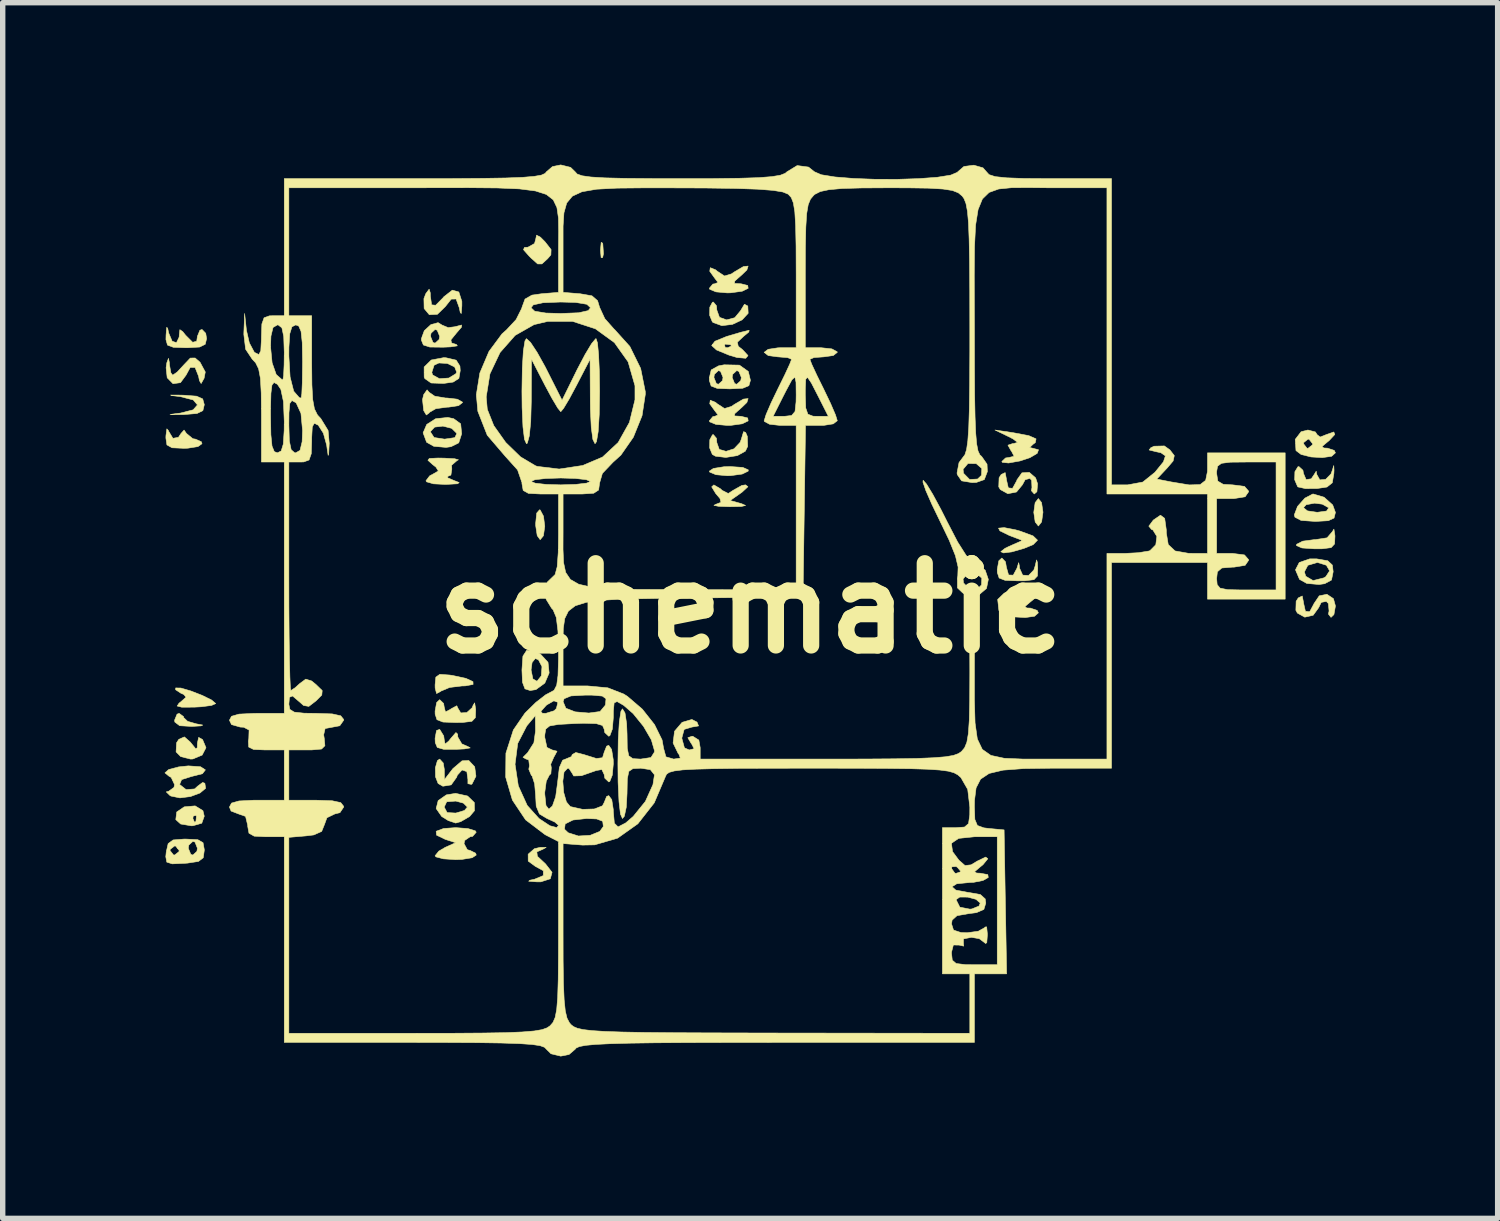
<source format=kicad_pcb>
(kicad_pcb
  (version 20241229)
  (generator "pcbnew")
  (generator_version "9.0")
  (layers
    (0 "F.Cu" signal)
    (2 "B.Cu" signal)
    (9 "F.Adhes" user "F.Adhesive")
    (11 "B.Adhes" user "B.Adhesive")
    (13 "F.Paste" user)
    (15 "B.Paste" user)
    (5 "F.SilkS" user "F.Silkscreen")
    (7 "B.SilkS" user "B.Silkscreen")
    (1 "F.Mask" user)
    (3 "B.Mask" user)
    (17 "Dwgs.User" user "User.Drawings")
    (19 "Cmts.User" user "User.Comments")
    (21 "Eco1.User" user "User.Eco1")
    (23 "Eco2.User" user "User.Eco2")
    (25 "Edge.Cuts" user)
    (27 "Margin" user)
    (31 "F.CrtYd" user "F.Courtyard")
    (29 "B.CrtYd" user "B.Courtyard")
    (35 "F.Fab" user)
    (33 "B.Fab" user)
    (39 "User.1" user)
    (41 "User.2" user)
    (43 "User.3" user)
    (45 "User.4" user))
  (footprint "schematic"
    (layer "F.Cu")
    (at 10.852 8.218)
    (property "Reference" "schematic" (at 0 0 0) (layer "F.SilkS") (effects (font (size 1.524 1.524) (thickness 0.3))))
    (attr through_hole)
    (fp_poly (pts (xy -2.74 -6.765) (xy -2.735 -6.751) (xy -2.723 -6.566) (xy -2.738 -6.497) (xy -2.766 -6.494) (xy -2.778 -6.626) (xy -2.777 -6.646) (xy -2.765 -6.778) (xy -2.74 -6.765)) (stroke (width 0.01) (type solid)) (fill yes) (layer "F.SilkS"))
    (fp_poly (pts (xy -3.895 -1.82) (xy -3.834 -1.706) (xy -3.81 -1.519) (xy -3.835 -1.343) (xy -3.895 -1.27) (xy -3.95 -1.345) (xy -3.978 -1.528) (xy -3.979 -1.571) (xy -3.959 -1.764) (xy -3.906 -1.825) (xy -3.895 -1.82)) (stroke (width 0.01) (type solid)) (fill yes) (layer "F.SilkS"))
    (fp_poly (pts (xy -10.501 2.008) (xy -10.499 2.026) (xy -10.426 2.095) (xy -10.266 2.141) (xy -10.146 2.164) (xy -10.18 2.179) (xy -10.351 2.189) (xy -10.574 2.176) (xy -10.663 2.108) (xy -10.668 2.074) (xy -10.622 1.962) (xy -10.583 1.947) (xy -10.501 2.008)) (stroke (width 0.01) (type solid)) (fill yes) (layer "F.SilkS"))
    (fp_poly (pts (xy -0.141 -2.609) (xy -0.04 -2.564) (xy -0.042 -2.54) (xy -0.153 -2.486) (xy -0.364 -2.457) (xy -0.428 -2.455) (xy -0.639 -2.474) (xy -0.754 -2.522) (xy -0.762 -2.54) (xy -0.686 -2.59) (xy -0.494 -2.621) (xy -0.376 -2.625) (xy -0.141 -2.609)) (stroke (width 0.01) (type solid)) (fill yes) (layer "F.SilkS"))
    (fp_poly (pts (xy 5.393 -1.958) (xy 5.419 -1.781) (xy 5.419 -1.778) (xy 5.394 -1.6) (xy 5.335 -1.524) (xy 5.334 -1.524) (xy 5.275 -1.598) (xy 5.249 -1.775) (xy 5.249 -1.778) (xy 5.274 -1.956) (xy 5.333 -2.032) (xy 5.334 -2.032) (xy 5.393 -1.958)) (stroke (width 0.01) (type solid)) (fill yes) (layer "F.SilkS"))
    (fp_poly (pts (xy -5.573 1.237) (xy -5.524 1.244) (xy -5.273 1.298) (xy -5.14 1.359) (xy -5.138 1.411) (xy -5.282 1.438) (xy -5.342 1.439) (xy -5.572 1.467) (xy -5.732 1.534) (xy -5.74 1.541) (xy -5.814 1.58) (xy -5.841 1.479) (xy -5.842 1.419) (xy -5.828 1.276) (xy -5.755 1.224) (xy -5.573 1.237)) (stroke (width 0.01) (type solid)) (fill yes) (layer "F.SilkS"))
    (fp_poly (pts (xy -3.889 -6.873) (xy -3.805 -6.788) (xy -3.693 -6.645) (xy -3.697 -6.546) (xy -3.757 -6.476) (xy -3.863 -6.379) (xy -3.942 -6.379) (xy -4.061 -6.485) (xy -4.1 -6.524) (xy -4.204 -6.642) (xy -4.187 -6.684) (xy -4.121 -6.689) (xy -4 -6.757) (xy -3.979 -6.832) (xy -3.962 -6.912) (xy -3.889 -6.873)) (stroke (width 0.01) (type solid)) (fill yes) (layer "F.SilkS"))
    (fp_poly (pts (xy -10.374 2.482) (xy -10.366 2.493) (xy -10.275 2.605) (xy -10.247 2.582) (xy -10.245 2.497) (xy -10.222 2.392) (xy -10.149 2.433) (xy -10.086 2.583) (xy -10.157 2.72) (xy -10.33 2.792) (xy -10.372 2.794) (xy -10.554 2.748) (xy -10.64 2.661) (xy -10.631 2.492) (xy -10.589 2.428) (xy -10.486 2.383) (xy -10.374 2.482)) (stroke (width 0.01) (type solid)) (fill yes) (layer "F.SilkS"))
    (fp_poly (pts (xy 4.911 -1.453) (xy 4.987 -1.432) (xy 5.235 -1.341) (xy 5.318 -1.261) (xy 5.238 -1.179) (xy 5.067 -1.109) (xy 4.841 -1.044) (xy 4.688 -1.025) (xy 4.638 -1.048) (xy 4.716 -1.11) (xy 4.784 -1.143) (xy 5.038 -1.256) (xy 4.793 -1.35) (xy 4.621 -1.434) (xy 4.596 -1.484) (xy 4.7 -1.494) (xy 4.911 -1.453)) (stroke (width 0.01) (type solid)) (fill yes) (layer "F.SilkS"))
    (fp_poly (pts (xy 10.827 -1.352) (xy 10.828 -1.333) (xy 10.821 -1.191) (xy 10.757 -1.123) (xy 10.591 -1.102) (xy 10.451 -1.101) (xy 10.216 -1.117) (xy 10.115 -1.161) (xy 10.118 -1.185) (xy 10.231 -1.243) (xy 10.435 -1.27) (xy 10.455 -1.27) (xy 10.682 -1.305) (xy 10.779 -1.418) (xy 10.779 -1.418) (xy 10.809 -1.466) (xy 10.827 -1.352)) (stroke (width 0.01) (type solid)) (fill yes) (layer "F.SilkS"))
    (fp_poly (pts (xy -10.551 1.478) (xy -10.367 1.532) (xy -10.156 1.614) (xy -9.982 1.7) (xy -9.907 1.764) (xy -9.907 1.766) (xy -9.983 1.8) (xy -10.176 1.825) (xy -10.305 1.832) (xy -10.535 1.833) (xy -10.62 1.811) (xy -10.585 1.758) (xy -10.556 1.736) (xy -10.456 1.648) (xy -10.497 1.597) (xy -10.551 1.574) (xy -10.649 1.509) (xy -10.648 1.476) (xy -10.551 1.478)) (stroke (width 0.01) (type solid)) (fill yes) (layer "F.SilkS"))
    (fp_poly (pts (xy -5.952 -4) (xy -5.849 -3.929) (xy -5.65 -3.895) (xy -5.623 -3.895) (xy -5.43 -3.873) (xy -5.336 -3.82) (xy -5.334 -3.81) (xy -5.408 -3.753) (xy -5.59 -3.726) (xy -5.623 -3.725) (xy -5.829 -3.697) (xy -5.947 -3.629) (xy -5.952 -3.619) (xy -6.004 -3.58) (xy -6.053 -3.662) (xy -6.075 -3.866) (xy -6.053 -3.958) (xy -5.99 -4.046) (xy -5.952 -4)) (stroke (width 0.01) (type solid)) (fill yes) (layer "F.SilkS"))
    (fp_poly (pts (xy -0.629 -5.603) (xy -0.623 -5.525) (xy -0.574 -5.39) (xy -0.442 -5.342) (xy -0.291 -5.382) (xy -0.183 -5.512) (xy -0.111 -5.632) (xy -0.049 -5.599) (xy -0.042 -5.464) (xy -0.154 -5.343) (xy -0.333 -5.259) (xy -0.529 -5.235) (xy -0.691 -5.293) (xy -0.706 -5.306) (xy -0.756 -5.427) (xy -0.753 -5.577) (xy -0.704 -5.669) (xy -0.687 -5.673) (xy -0.629 -5.603)) (stroke (width 0.01) (type solid)) (fill yes) (layer "F.SilkS"))
    (fp_poly (pts (xy -10.782 -3.292) (xy -10.779 -3.281) (xy -10.699 -3.148) (xy -10.596 -3.167) (xy -10.548 -3.239) (xy -10.492 -3.301) (xy -10.449 -3.239) (xy -10.33 -3.141) (xy -10.28 -3.133) (xy -10.172 -3.085) (xy -10.16 -3.048) (xy -10.235 -2.995) (xy -10.423 -2.965) (xy -10.499 -2.963) (xy -10.715 -2.973) (xy -10.81 -3.026) (xy -10.829 -3.154) (xy -10.828 -3.196) (xy -10.811 -3.324) (xy -10.782 -3.292)) (stroke (width 0.01) (type solid)) (fill yes) (layer "F.SilkS"))
    (fp_poly (pts (xy -10.143 3.749) (xy -10.118 3.852) (xy -10.164 3.982) (xy -10.328 4.029) (xy -10.358 4.03) (xy -10.555 3.997) (xy -10.645 3.916) (xy -10.643 3.895) (xy -10.329 3.895) (xy -10.298 3.964) (xy -10.273 3.951) (xy -10.263 3.851) (xy -10.273 3.838) (xy -10.323 3.85) (xy -10.329 3.895) (xy -10.643 3.895) (xy -10.628 3.774) (xy -10.489 3.679) (xy -10.287 3.661) (xy -10.143 3.749)) (stroke (width 0.01) (type solid)) (fill yes) (layer "F.SilkS"))
    (fp_poly (pts (xy -5.682 2.365) (xy -5.673 2.434) (xy -5.657 2.516) (xy -5.591 2.462) (xy -5.548 2.408) (xy -5.456 2.302) (xy -5.424 2.332) (xy -5.421 2.386) (xy -5.347 2.512) (xy -5.228 2.565) (xy -5.191 2.587) (xy -5.299 2.606) (xy -5.44 2.613) (xy -5.683 2.613) (xy -5.801 2.579) (xy -5.839 2.489) (xy -5.842 2.408) (xy -5.815 2.264) (xy -5.757 2.244) (xy -5.682 2.365)) (stroke (width 0.01) (type solid)) (fill yes) (layer "F.SilkS"))
    (fp_poly (pts (xy -0.089 -3.257) (xy -0.058 -3.185) (xy -0.051 -3) (xy -0.094 -2.91) (xy -0.242 -2.828) (xy -0.456 -2.794) (xy -0.648 -2.817) (xy -0.706 -2.85) (xy -0.756 -2.971) (xy -0.753 -3.121) (xy -0.704 -3.213) (xy -0.687 -3.217) (xy -0.629 -3.148) (xy -0.623 -3.069) (xy -0.578 -2.943) (xy -0.452 -2.907) (xy -0.304 -2.954) (xy -0.19 -3.075) (xy -0.169 -3.133) (xy -0.127 -3.272) (xy -0.089 -3.257)) (stroke (width 0.01) (type solid)) (fill yes) (layer "F.SilkS"))
    (fp_poly (pts (xy -10.592 -3.949) (xy -10.499 -3.947) (xy -10.26 -3.929) (xy -10.147 -3.878) (xy -10.118 -3.774) (xy -10.118 -3.768) (xy -10.144 -3.661) (xy -10.252 -3.608) (xy -10.484 -3.589) (xy -10.499 -3.588) (xy -10.707 -3.585) (xy -10.752 -3.59) (xy -10.639 -3.606) (xy -10.562 -3.615) (xy -10.324 -3.676) (xy -10.244 -3.767) (xy -10.322 -3.859) (xy -10.559 -3.92) (xy -10.562 -3.921) (xy -10.73 -3.941) (xy -10.741 -3.95) (xy -10.592 -3.949)) (stroke (width 0.01) (type solid)) (fill yes) (layer "F.SilkS"))
    (fp_poly (pts (xy -3.784 4.43) (xy -3.831 4.457) (xy -3.831 4.457) (xy -3.957 4.514) (xy -3.947 4.595) (xy -3.798 4.734) (xy -3.797 4.735) (xy -3.675 4.892) (xy -3.708 5.012) (xy -3.883 5.068) (xy -3.963 5.068) (xy -4.108 5.057) (xy -4.09 5.039) (xy -4 5.02) (xy -3.837 4.952) (xy -3.837 4.862) (xy -3.984 4.782) (xy -4.117 4.684) (xy -4.118 4.556) (xy -4.002 4.454) (xy -3.894 4.429) (xy -3.784 4.43)) (stroke (width 0.01) (type solid)) (fill yes) (layer "F.SilkS"))
    (fp_poly (pts (xy -5.931 -5.843) (xy -5.929 -5.779) (xy -5.906 -5.621) (xy -5.832 -5.613) (xy -5.693 -5.753) (xy -5.679 -5.771) (xy -5.522 -5.893) (xy -5.402 -5.859) (xy -5.346 -5.684) (xy -5.346 -5.604) (xy -5.357 -5.46) (xy -5.375 -5.477) (xy -5.394 -5.567) (xy -5.453 -5.729) (xy -5.543 -5.727) (xy -5.653 -5.588) (xy -5.8 -5.445) (xy -5.949 -5.438) (xy -6.045 -5.553) (xy -6.049 -5.736) (xy -6.014 -5.828) (xy -5.952 -5.911) (xy -5.931 -5.843)) (stroke (width 0.01) (type solid)) (fill yes) (layer "F.SilkS"))
    (fp_poly (pts (xy -0.046 -2.252) (xy -0.154 -2.152) (xy -0.169 -2.141) (xy -0.376 -1.996) (xy -0.167 -1.938) (xy -0.09 -1.904) (xy -0.171 -1.885) (xy -0.381 -1.881) (xy -0.589 -1.888) (xy -0.676 -1.906) (xy -0.65 -1.922) (xy -0.546 -1.962) (xy -0.564 -2.033) (xy -0.642 -2.124) (xy -0.718 -2.249) (xy -0.678 -2.285) (xy -0.556 -2.214) (xy -0.525 -2.184) (xy -0.41 -2.126) (xy -0.322 -2.184) (xy -0.16 -2.275) (xy -0.091 -2.286) (xy -0.046 -2.252)) (stroke (width 0.01) (type solid)) (fill yes) (layer "F.SilkS"))
    (fp_poly (pts (xy -5.691 2.866) (xy -5.671 2.985) (xy -5.669 3.175) (xy -5.512 2.971) (xy -5.342 2.826) (xy -5.218 2.82) (xy -5.108 2.937) (xy -5.085 3.111) (xy -5.157 3.254) (xy -5.17 3.263) (xy -5.234 3.25) (xy -5.234 3.171) (xy -5.254 3.026) (xy -5.343 2.996) (xy -5.431 3.094) (xy -5.442 3.129) (xy -5.544 3.272) (xy -5.698 3.297) (xy -5.786 3.246) (xy -5.834 3.123) (xy -5.837 2.955) (xy -5.799 2.823) (xy -5.757 2.794) (xy -5.691 2.866)) (stroke (width 0.01) (type solid)) (fill yes) (layer "F.SilkS"))
    (fp_poly (pts (xy -5.24 3.478) (xy -5.115 3.599) (xy -5.112 3.75) (xy -5.202 3.857) (xy -5.367 3.953) (xy -5.461 3.979) (xy -5.598 3.933) (xy -5.72 3.857) (xy -5.822 3.71) (xy -5.815 3.683) (xy -5.673 3.683) (xy -5.619 3.785) (xy -5.458 3.794) (xy -5.298 3.746) (xy -5.244 3.683) (xy -5.317 3.61) (xy -5.458 3.572) (xy -5.627 3.585) (xy -5.673 3.683) (xy -5.815 3.683) (xy -5.785 3.563) (xy -5.633 3.457) (xy -5.461 3.429) (xy -5.24 3.478)) (stroke (width 0.01) (type solid)) (fill yes) (layer "F.SilkS"))
    (fp_poly (pts (xy -3.999 0.797) (xy -3.889 0.85) (xy -3.75 1.001) (xy -3.729 1.199) (xy -3.809 1.386) (xy -3.974 1.507) (xy -4.081 1.524) (xy -4.177 1.493) (xy -4.223 1.371) (xy -4.233 1.143) (xy -4.064 1.143) (xy -4.03 1.309) (xy -3.954 1.352) (xy -3.875 1.253) (xy -3.874 1.249) (xy -3.862 1.081) (xy -3.928 0.954) (xy -3.986 0.931) (xy -4.045 1.004) (xy -4.064 1.143) (xy -4.233 1.143) (xy -4.215 0.887) (xy -4.144 0.778) (xy -3.999 0.797)) (stroke (width 0.01) (type solid)) (fill yes) (layer "F.SilkS"))
    (fp_poly (pts (xy -10.196 -4.557) (xy -10.099 -4.377) (xy -10.121 -4.261) (xy -10.176 -4.163) (xy -10.208 -4.218) (xy -10.223 -4.297) (xy -10.288 -4.46) (xy -10.378 -4.462) (xy -10.456 -4.318) (xy -10.559 -4.179) (xy -10.697 -4.16) (xy -10.804 -4.269) (xy -10.805 -4.271) (xy -10.825 -4.456) (xy -10.812 -4.546) (xy -10.781 -4.63) (xy -10.765 -4.554) (xy -10.762 -4.508) (xy -10.736 -4.36) (xy -10.703 -4.318) (xy -10.619 -4.376) (xy -10.497 -4.508) (xy -10.376 -4.635) (xy -10.287 -4.636) (xy -10.196 -4.557)) (stroke (width 0.01) (type solid)) (fill yes) (layer "F.SilkS"))
    (fp_poly (pts (xy -5.684 1.763) (xy -5.673 1.831) (xy -5.65 1.921) (xy -5.558 1.873) (xy -5.546 1.863) (xy -5.44 1.806) (xy -5.419 1.852) (xy -5.366 1.939) (xy -5.254 1.932) (xy -5.155 1.842) (xy -5.138 1.799) (xy -5.109 1.752) (xy -5.091 1.865) (xy -5.09 1.884) (xy -5.096 2.027) (xy -5.161 2.095) (xy -5.329 2.115) (xy -5.461 2.117) (xy -5.696 2.108) (xy -5.807 2.065) (xy -5.841 1.962) (xy -5.842 1.905) (xy -5.813 1.746) (xy -5.757 1.693) (xy -5.684 1.763)) (stroke (width 0.01) (type solid)) (fill yes) (layer "F.SilkS"))
    (fp_poly (pts (xy -5.498 -3.512) (xy -5.368 -3.417) (xy -5.35 -3.231) (xy -5.404 -3.064) (xy -5.547 -2.993) (xy -5.638 -2.98) (xy -5.865 -3) (xy -5.999 -3.075) (xy -6.064 -3.25) (xy -6.057 -3.265) (xy -5.927 -3.265) (xy -5.861 -3.163) (xy -5.666 -3.133) (xy -5.476 -3.161) (xy -5.439 -3.239) (xy -5.535 -3.333) (xy -5.696 -3.374) (xy -5.85 -3.356) (xy -5.926 -3.275) (xy -5.927 -3.265) (xy -6.057 -3.265) (xy -5.997 -3.405) (xy -5.832 -3.511) (xy -5.607 -3.535) (xy -5.498 -3.512)) (stroke (width 0.01) (type solid)) (fill yes) (layer "F.SilkS"))
    (fp_poly (pts (xy -0.03 -5.118) (xy -0.127 -5.037) (xy -0.242 -4.929) (xy -0.226 -4.854) (xy -0.143 -4.787) (xy -0.045 -4.681) (xy -0.087 -4.631) (xy -0.248 -4.645) (xy -0.396 -4.689) (xy -0.629 -4.785) (xy -0.718 -4.867) (xy -0.707 -4.882) (xy -0.48 -4.882) (xy -0.468 -4.832) (xy -0.423 -4.826) (xy -0.354 -4.857) (xy -0.367 -4.882) (xy -0.467 -4.893) (xy -0.48 -4.882) (xy -0.707 -4.882) (xy -0.657 -4.947) (xy -0.439 -5.036) (xy -0.169 -5.115) (xy -0.024 -5.15) (xy -0.03 -5.118)) (stroke (width 0.01) (type solid)) (fill yes) (layer "F.SilkS"))
    (fp_poly (pts (xy 10.811 -2.559) (xy 10.808 -2.498) (xy 10.779 -2.325) (xy 10.681 -2.246) (xy 10.496 -2.218) (xy 10.28 -2.217) (xy 10.144 -2.247) (xy 10.136 -2.254) (xy 10.082 -2.38) (xy 10.086 -2.53) (xy 10.142 -2.621) (xy 10.16 -2.625) (xy 10.235 -2.556) (xy 10.245 -2.498) (xy 10.293 -2.384) (xy 10.389 -2.398) (xy 10.443 -2.477) (xy 10.481 -2.539) (xy 10.492 -2.477) (xy 10.548 -2.378) (xy 10.656 -2.388) (xy 10.755 -2.489) (xy 10.781 -2.561) (xy 10.806 -2.644) (xy 10.811 -2.559)) (stroke (width 0.01) (type solid)) (fill yes) (layer "F.SilkS"))
    (fp_poly (pts (xy -10.796 -5.188) (xy -10.778 -5.101) (xy -10.713 -4.948) (xy -10.633 -4.919) (xy -10.583 -5.024) (xy -10.581 -5.059) (xy -10.57 -5.161) (xy -10.517 -5.125) (xy -10.465 -5.059) (xy -10.333 -4.927) (xy -10.258 -4.947) (xy -10.245 -5.038) (xy -10.199 -5.15) (xy -10.16 -5.165) (xy -10.091 -5.094) (xy -10.075 -4.995) (xy -10.1 -4.89) (xy -10.204 -4.839) (xy -10.429 -4.826) (xy -10.456 -4.826) (xy -10.69 -4.834) (xy -10.799 -4.875) (xy -10.828 -4.978) (xy -10.826 -5.059) (xy -10.814 -5.204) (xy -10.796 -5.188)) (stroke (width 0.01) (type solid)) (fill yes) (layer "F.SilkS"))
    (fp_poly (pts (xy -5.673 -2.781) (xy -5.479 -2.77) (xy -5.409 -2.75) (xy -5.435 -2.737) (xy -5.536 -2.649) (xy -5.532 -2.577) (xy -5.549 -2.467) (xy -5.6 -2.447) (xy -5.619 -2.421) (xy -5.503 -2.371) (xy -5.396 -2.329) (xy -5.425 -2.306) (xy -5.605 -2.296) (xy -5.652 -2.294) (xy -5.871 -2.305) (xy -5.999 -2.342) (xy -6.011 -2.362) (xy -5.943 -2.452) (xy -5.871 -2.491) (xy -5.782 -2.543) (xy -5.826 -2.614) (xy -5.893 -2.667) (xy -5.975 -2.741) (xy -5.949 -2.775) (xy -5.788 -2.783) (xy -5.673 -2.781)) (stroke (width 0.01) (type solid)) (fill yes) (layer "F.SilkS"))
    (fp_poly (pts (xy -5.234 4.081) (xy -5.097 4.123) (xy -5.08 4.149) (xy -5.147 4.226) (xy -5.193 4.233) (xy -5.293 4.301) (xy -5.306 4.36) (xy -5.245 4.473) (xy -5.193 4.487) (xy -5.09 4.538) (xy -5.08 4.572) (xy -5.156 4.622) (xy -5.347 4.653) (xy -5.461 4.657) (xy -5.688 4.642) (xy -5.825 4.606) (xy -5.842 4.585) (xy -5.774 4.5) (xy -5.652 4.428) (xy -5.461 4.343) (xy -5.652 4.282) (xy -5.815 4.203) (xy -5.822 4.131) (xy -5.685 4.08) (xy -5.461 4.064) (xy -5.234 4.081)) (stroke (width 0.01) (type solid)) (fill yes) (layer "F.SilkS"))
    (fp_poly (pts (xy 4.725 -0.86) (xy 4.741 -0.762) (xy 4.782 -0.617) (xy 4.868 -0.613) (xy 4.937 -0.741) (xy 4.969 -0.845) (xy 4.982 -0.785) (xy 4.986 -0.741) (xy 5.043 -0.614) (xy 5.152 -0.607) (xy 5.25 -0.709) (xy 5.274 -0.783) (xy 5.301 -0.895) (xy 5.316 -0.85) (xy 5.322 -0.741) (xy 5.317 -0.598) (xy 5.253 -0.53) (xy 5.086 -0.509) (xy 4.953 -0.508) (xy 4.718 -0.517) (xy 4.607 -0.56) (xy 4.573 -0.663) (xy 4.572 -0.72) (xy 4.601 -0.879) (xy 4.657 -0.931) (xy 4.725 -0.86)) (stroke (width 0.01) (type solid)) (fill yes) (layer "F.SilkS"))
    (fp_poly (pts (xy 5.283 -2.415) (xy 5.319 -2.306) (xy 5.307 -2.159) (xy 5.258 -2.117) (xy 5.204 -2.178) (xy 5.215 -2.235) (xy 5.209 -2.37) (xy 5.177 -2.406) (xy 5.089 -2.381) (xy 5.038 -2.287) (xy 4.929 -2.154) (xy 4.768 -2.122) (xy 4.629 -2.199) (xy 4.6 -2.249) (xy 4.606 -2.416) (xy 4.645 -2.478) (xy 4.719 -2.513) (xy 4.741 -2.397) (xy 4.741 -2.388) (xy 4.777 -2.23) (xy 4.855 -2.221) (xy 4.933 -2.362) (xy 4.937 -2.378) (xy 5.03 -2.509) (xy 5.166 -2.517) (xy 5.283 -2.415)) (stroke (width 0.01) (type solid)) (fill yes) (layer "F.SilkS"))
    (fp_poly (pts (xy 10.695 -0.88) (xy 10.78 -0.8) (xy 10.795 -0.677) (xy 10.764 -0.523) (xy 10.638 -0.455) (xy 10.534 -0.44) (xy 10.306 -0.46) (xy 10.172 -0.535) (xy 10.113 -0.674) (xy 10.262 -0.674) (xy 10.287 -0.593) (xy 10.423 -0.513) (xy 10.622 -0.563) (xy 10.658 -0.584) (xy 10.729 -0.693) (xy 10.669 -0.797) (xy 10.508 -0.847) (xy 10.499 -0.847) (xy 10.326 -0.796) (xy 10.262 -0.674) (xy 10.113 -0.674) (xy 10.097 -0.712) (xy 10.167 -0.848) (xy 10.361 -0.915) (xy 10.488 -0.915) (xy 10.695 -0.88)) (stroke (width 0.01) (type solid)) (fill yes) (layer "F.SilkS"))
    (fp_poly (pts (xy 10.8 -0.178) (xy 10.837 -0.042) (xy 10.809 0.117) (xy 10.755 0.169) (xy 10.707 0.108) (xy 10.719 0.051) (xy 10.706 -0.088) (xy 10.668 -0.127) (xy 10.574 -0.109) (xy 10.525 -0.009) (xy 10.424 0.13) (xy 10.269 0.165) (xy 10.132 0.089) (xy 10.104 0.037) (xy 10.109 -0.13) (xy 10.149 -0.192) (xy 10.222 -0.227) (xy 10.245 -0.111) (xy 10.245 -0.102) (xy 10.281 0.056) (xy 10.36 0.065) (xy 10.437 -0.079) (xy 10.439 -0.085) (xy 10.537 -0.23) (xy 10.679 -0.259) (xy 10.8 -0.178)) (stroke (width 0.01) (type solid)) (fill yes) (layer "F.SilkS"))
    (fp_poly (pts (xy -5.638 -4.64) (xy -5.451 -4.596) (xy -5.382 -4.487) (xy -5.376 -4.403) (xy -5.401 -4.258) (xy -5.507 -4.19) (xy -5.683 -4.165) (xy -5.916 -4.173) (xy -6.031 -4.254) (xy -6.044 -4.282) (xy -6.045 -4.369) (xy -5.903 -4.369) (xy -5.886 -4.321) (xy -5.761 -4.253) (xy -5.587 -4.265) (xy -5.457 -4.345) (xy -5.442 -4.374) (xy -5.48 -4.47) (xy -5.614 -4.535) (xy -5.771 -4.544) (xy -5.86 -4.503) (xy -5.903 -4.369) (xy -6.045 -4.369) (xy -6.045 -4.469) (xy -5.913 -4.599) (xy -5.68 -4.643) (xy -5.638 -4.64)) (stroke (width 0.01) (type solid)) (fill yes) (layer "F.SilkS"))
    (fp_poly (pts (xy 4.868 -3.252) (xy 5.158 -3.197) (xy 5.291 -3.138) (xy 5.277 -3.068) (xy 5.237 -3.039) (xy 5.172 -2.978) (xy 5.228 -2.965) (xy 5.337 -2.936) (xy 5.312 -2.869) (xy 5.176 -2.789) (xy 4.995 -2.729) (xy 4.782 -2.691) (xy 4.666 -2.703) (xy 4.657 -2.718) (xy 4.726 -2.784) (xy 4.794 -2.794) (xy 4.884 -2.816) (xy 4.836 -2.909) (xy 4.826 -2.921) (xy 4.77 -3.021) (xy 4.858 -3.051) (xy 4.879 -3.052) (xy 4.948 -3.073) (xy 4.865 -3.137) (xy 4.784 -3.179) (xy 4.53 -3.302) (xy 4.868 -3.252)) (stroke (width 0.01) (type solid)) (fill yes) (layer "F.SilkS"))
    (fp_poly (pts (xy -0.066 -6.267) (xy -0.158 -6.178) (xy -0.29 -6.062) (xy -0.296 -6.018) (xy -0.179 -6.011) (xy -0.174 -6.011) (xy -0.051 -5.98) (xy -0.042 -5.927) (xy -0.153 -5.873) (xy -0.364 -5.844) (xy -0.428 -5.842) (xy -0.639 -5.861) (xy -0.754 -5.909) (xy -0.762 -5.927) (xy -0.696 -6.006) (xy -0.66 -6.011) (xy -0.601 -6.036) (xy -0.66 -6.113) (xy -0.754 -6.243) (xy -0.744 -6.309) (xy -0.646 -6.27) (xy -0.614 -6.243) (xy -0.48 -6.155) (xy -0.352 -6.194) (xy -0.301 -6.229) (xy -0.13 -6.33) (xy -0.043 -6.339) (xy -0.066 -6.267)) (stroke (width 0.01) (type solid)) (fill yes) (layer "F.SilkS"))
    (fp_poly (pts (xy -0.066 -3.812) (xy -0.158 -3.723) (xy -0.29 -3.606) (xy -0.296 -3.563) (xy -0.179 -3.556) (xy -0.174 -3.556) (xy -0.051 -3.525) (xy -0.042 -3.471) (xy -0.153 -3.417) (xy -0.364 -3.388) (xy -0.428 -3.387) (xy -0.639 -3.406) (xy -0.754 -3.453) (xy -0.762 -3.471) (xy -0.696 -3.551) (xy -0.66 -3.556) (xy -0.601 -3.581) (xy -0.66 -3.658) (xy -0.754 -3.788) (xy -0.744 -3.854) (xy -0.646 -3.814) (xy -0.614 -3.787) (xy -0.48 -3.7) (xy -0.352 -3.739) (xy -0.301 -3.774) (xy -0.13 -3.875) (xy -0.043 -3.884) (xy -0.066 -3.812)) (stroke (width 0.01) (type solid)) (fill yes) (layer "F.SilkS"))
    (fp_poly (pts (xy 10.627 -2.057) (xy 10.786 -1.914) (xy 10.837 -1.775) (xy 10.811 -1.671) (xy 10.705 -1.622) (xy 10.476 -1.609) (xy 10.456 -1.609) (xy 10.201 -1.627) (xy 10.087 -1.687) (xy 10.075 -1.73) (xy 10.126 -1.863) (xy 10.245 -1.863) (xy 10.318 -1.804) (xy 10.496 -1.778) (xy 10.504 -1.778) (xy 10.673 -1.801) (xy 10.712 -1.86) (xy 10.71 -1.863) (xy 10.594 -1.928) (xy 10.451 -1.947) (xy 10.295 -1.918) (xy 10.245 -1.863) (xy 10.126 -1.863) (xy 10.135 -1.887) (xy 10.271 -2.04) (xy 10.416 -2.116) (xy 10.426 -2.117) (xy 10.627 -2.057)) (stroke (width 0.01) (type solid)) (fill yes) (layer "F.SilkS"))
    (fp_poly (pts (xy -10.187 2.936) (xy -10.097 2.994) (xy -10.152 3.065) (xy -10.357 3.117) (xy -10.537 3.174) (xy -10.575 3.264) (xy -10.46 3.355) (xy -10.448 3.359) (xy -10.296 3.347) (xy -10.241 3.296) (xy -10.148 3.227) (xy -10.107 3.242) (xy -10.093 3.336) (xy -10.198 3.423) (xy -10.373 3.488) (xy -10.569 3.513) (xy -10.735 3.479) (xy -10.753 3.469) (xy -10.822 3.402) (xy -10.774 3.388) (xy -10.679 3.319) (xy -10.668 3.267) (xy -10.731 3.134) (xy -10.774 3.109) (xy -10.847 3.049) (xy -10.777 2.988) (xy -10.593 2.939) (xy -10.413 2.92) (xy -10.187 2.936)) (stroke (width 0.01) (type solid)) (fill yes) (layer "F.SilkS"))
    (fp_poly (pts (xy 4.991 -0.316) (xy 5.231 -0.299) (xy 5.318 -0.261) (xy 5.27 -0.186) (xy 5.186 -0.118) (xy 5.084 -0.031) (xy 5.12 -0.005) (xy 5.186 -0.003) (xy 5.312 0.04) (xy 5.334 0.085) (xy 5.263 0.148) (xy 5.091 0.172) (xy 4.881 0.16) (xy 4.697 0.115) (xy 4.603 0.042) (xy 4.584 -0.127) (xy 4.741 -0.127) (xy 4.787 -0.014) (xy 4.826 0) (xy 4.901 -0.069) (xy 4.911 -0.127) (xy 4.865 -0.24) (xy 4.826 -0.254) (xy 4.751 -0.185) (xy 4.741 -0.127) (xy 4.584 -0.127) (xy 4.58 -0.163) (xy 4.704 -0.283) (xy 4.973 -0.317) (xy 4.991 -0.316)) (stroke (width 0.01) (type solid)) (fill yes) (layer "F.SilkS"))
    (fp_poly (pts (xy -5.713 -5.246) (xy -5.6 -5.199) (xy -5.475 -5.215) (xy -5.351 -5.247) (xy -5.353 -5.207) (xy -5.446 -5.099) (xy -5.549 -4.972) (xy -5.537 -4.915) (xy -5.446 -4.886) (xy -5.43 -4.861) (xy -5.554 -4.842) (xy -5.694 -4.836) (xy -5.94 -4.839) (xy -6.059 -4.877) (xy -6.095 -4.965) (xy -6.096 -4.992) (xy -6.08 -5.038) (xy -5.927 -5.038) (xy -5.881 -4.925) (xy -5.842 -4.911) (xy -5.767 -4.979) (xy -5.757 -5.038) (xy -5.803 -5.15) (xy -5.842 -5.165) (xy -5.917 -5.096) (xy -5.927 -5.038) (xy -6.08 -5.038) (xy -6.042 -5.142) (xy -5.919 -5.255) (xy -5.786 -5.291) (xy -5.713 -5.246)) (stroke (width 0.01) (type solid)) (fill yes) (layer "F.SilkS"))
    (fp_poly (pts (xy 10.466 -3.266) (xy 10.499 -3.214) (xy 10.554 -3.172) (xy 10.668 -3.217) (xy 10.807 -3.266) (xy 10.825 -3.219) (xy 10.719 -3.105) (xy 10.689 -3.081) (xy 10.587 -2.995) (xy 10.623 -2.969) (xy 10.689 -2.966) (xy 10.815 -2.924) (xy 10.837 -2.879) (xy 10.766 -2.815) (xy 10.594 -2.791) (xy 10.385 -2.803) (xy 10.201 -2.849) (xy 10.106 -2.921) (xy 10.098 -3.048) (xy 10.245 -3.048) (xy 10.309 -2.966) (xy 10.329 -2.963) (xy 10.412 -3.028) (xy 10.414 -3.048) (xy 10.35 -3.13) (xy 10.329 -3.133) (xy 10.247 -3.068) (xy 10.245 -3.048) (xy 10.098 -3.048) (xy 10.092 -3.128) (xy 10.201 -3.27) (xy 10.327 -3.302) (xy 10.466 -3.266)) (stroke (width 0.01) (type solid)) (fill yes) (layer "F.SilkS"))
    (fp_poly (pts (xy -0.204 -4.504) (xy -0.04 -4.387) (xy 0 -4.223) (xy -0.029 -4.123) (xy -0.142 -4.076) (xy -0.381 -4.064) (xy -0.616 -4.073) (xy -0.728 -4.117) (xy -0.761 -4.218) (xy -0.762 -4.266) (xy -0.76 -4.276) (xy -0.677 -4.276) (xy -0.632 -4.163) (xy -0.593 -4.149) (xy -0.518 -4.217) (xy -0.508 -4.276) (xy -0.339 -4.276) (xy -0.293 -4.163) (xy -0.254 -4.149) (xy -0.179 -4.217) (xy -0.169 -4.276) (xy -0.215 -4.388) (xy -0.254 -4.403) (xy -0.329 -4.334) (xy -0.339 -4.276) (xy -0.508 -4.276) (xy -0.554 -4.388) (xy -0.593 -4.403) (xy -0.668 -4.334) (xy -0.677 -4.276) (xy -0.76 -4.276) (xy -0.727 -4.415) (xy -0.592 -4.49) (xy -0.487 -4.51) (xy -0.204 -4.504)) (stroke (width 0.01) (type solid)) (fill yes) (layer "F.SilkS"))
    (fp_poly (pts (xy -10.238 4.287) (xy -10.141 4.342) (xy -10.118 4.469) (xy -10.118 4.487) (xy -10.137 4.622) (xy -10.225 4.69) (xy -10.427 4.721) (xy -10.484 4.725) (xy -10.711 4.735) (xy -10.812 4.703) (xy -10.831 4.602) (xy -10.822 4.514) (xy -10.816 4.487) (xy -10.753 4.487) (xy -10.688 4.57) (xy -10.668 4.572) (xy -10.586 4.508) (xy -10.583 4.487) (xy -10.617 4.445) (xy -10.414 4.445) (xy -10.368 4.558) (xy -10.329 4.572) (xy -10.254 4.503) (xy -10.245 4.445) (xy -10.29 4.332) (xy -10.329 4.318) (xy -10.404 4.387) (xy -10.414 4.445) (xy -10.617 4.445) (xy -10.648 4.405) (xy -10.668 4.403) (xy -10.75 4.467) (xy -10.753 4.487) (xy -10.816 4.487) (xy -10.787 4.36) (xy -10.695 4.292) (xy -10.493 4.276) (xy -10.456 4.276) (xy -10.238 4.287)) (stroke (width 0.01) (type solid)) (fill yes) (layer "F.SilkS"))
    (fp_poly (pts (xy -2.834 -4.916) (xy -2.813 -4.701) (xy -2.799 -4.384) (xy -2.794 -4.022) (xy -2.801 -3.588) (xy -2.821 -3.27) (xy -2.852 -3.086) (xy -2.879 -3.048) (xy -2.919 -3.128) (xy -2.949 -3.349) (xy -2.965 -3.684) (xy -2.967 -3.831) (xy -2.971 -4.614) (xy -3.223 -4.128) (xy -3.357 -3.878) (xy -3.462 -3.703) (xy -3.514 -3.641) (xy -3.57 -3.71) (xy -3.677 -3.89) (xy -3.805 -4.128) (xy -4.056 -4.614) (xy -4.06 -3.831) (xy -4.07 -3.461) (xy -4.096 -3.195) (xy -4.133 -3.059) (xy -4.149 -3.048) (xy -4.186 -3.129) (xy -4.214 -3.359) (xy -4.23 -3.717) (xy -4.233 -4.022) (xy -4.226 -4.447) (xy -4.207 -4.765) (xy -4.177 -4.953) (xy -4.15 -4.995) (xy -4.074 -4.925) (xy -3.951 -4.739) (xy -3.804 -4.475) (xy -3.778 -4.424) (xy -3.49 -3.853) (xy -3.209 -4.424) (xy -3.065 -4.698) (xy -2.944 -4.9) (xy -2.867 -4.993) (xy -2.86 -4.995) (xy -2.834 -4.916)) (stroke (width 0.01) (type solid)) (fill yes) (layer "F.SilkS"))
    (fp_poly (pts (xy -3.332 -8.168) (xy -3.248 -8.086) (xy -3.21 -8.044) (xy -3.119 -8.012) (xy -2.955 -7.989) (xy -2.697 -7.973) (xy -2.327 -7.964) (xy -1.823 -7.96) (xy -1.314 -7.959) (xy -0.684 -7.96) (xy -0.203 -7.966) (xy 0.15 -7.977) (xy 0.395 -7.996) (xy 0.553 -8.022) (xy 0.645 -8.058) (xy 0.677 -8.086) (xy 0.866 -8.201) (xy 1.076 -8.173) (xy 1.185 -8.086) (xy 1.312 -8.031) (xy 1.565 -7.99) (xy 1.908 -7.962) (xy 2.305 -7.947) (xy 2.721 -7.946) (xy 3.117 -7.959) (xy 3.46 -7.984) (xy 3.711 -8.024) (xy 3.835 -8.077) (xy 3.841 -8.086) (xy 3.955 -8.184) (xy 4.138 -8.208) (xy 4.308 -8.159) (xy 4.372 -8.086) (xy 4.42 -8.033) (xy 4.535 -7.996) (xy 4.742 -7.974) (xy 5.065 -7.962) (xy 5.532 -7.959) (xy 5.555 -7.959) (xy 6.689 -7.959) (xy 6.689 -2.286) (xy 6.989 -2.286) (xy 7.269 -2.338) (xy 7.494 -2.519) (xy 7.651 -2.713) (xy 7.687 -2.823) (xy 7.604 -2.881) (xy 7.514 -2.9) (xy 7.386 -2.932) (xy 7.415 -2.972) (xy 7.478 -3.002) (xy 7.668 -3.007) (xy 7.77 -2.934) (xy 7.852 -2.828) (xy 7.83 -2.728) (xy 7.717 -2.595) (xy 7.527 -2.393) (xy 7.796 -2.34) (xy 8.129 -2.285) (xy 8.331 -2.291) (xy 8.433 -2.37) (xy 8.459 -2.498) (xy 8.636 -2.498) (xy 8.658 -2.355) (xy 8.758 -2.296) (xy 8.932 -2.286) (xy 9.152 -2.258) (xy 9.228 -2.171) (xy 9.229 -2.159) (xy 9.164 -2.065) (xy 8.959 -2.032) (xy 8.932 -2.032) (xy 8.636 -2.032) (xy 8.636 -1.016) (xy 8.932 -1.016) (xy 9.152 -0.988) (xy 9.228 -0.901) (xy 9.229 -0.889) (xy 9.164 -0.795) (xy 8.959 -0.762) (xy 8.932 -0.762) (xy 8.732 -0.746) (xy 8.65 -0.675) (xy 8.636 -0.55) (xy 8.646 -0.437) (xy 8.7 -0.373) (xy 8.838 -0.345) (xy 9.096 -0.339) (xy 9.186 -0.339) (xy 9.737 -0.339) (xy 9.737 -2.709) (xy 9.186 -2.709) (xy 8.89 -2.706) (xy 8.726 -2.685) (xy 8.654 -2.632) (xy 8.636 -2.532) (xy 8.636 -2.498) (xy 8.459 -2.498) (xy 8.466 -2.533) (xy 8.467 -2.582) (xy 8.467 -2.879) (xy 9.906 -2.879) (xy 9.906 -0.169) (xy 8.467 -0.169) (xy 8.467 -0.847) (xy 6.689 -0.847) (xy 6.689 2.963) (xy 5.588 2.963) (xy 5.061 2.97) (xy 4.68 2.999) (xy 4.422 3.06) (xy 4.263 3.166) (xy 4.18 3.328) (xy 4.151 3.557) (xy 4.149 3.678) (xy 4.157 3.911) (xy 4.204 4.024) (xy 4.324 4.068) (xy 4.424 4.08) (xy 4.699 4.106) (xy 4.722 5.44) (xy 4.746 6.773) (xy 4.149 6.773) (xy 4.149 8.043) (xy 0.475 8.043) (xy -0.422 8.044) (xy -1.163 8.046) (xy -1.764 8.05) (xy -2.239 8.057) (xy -2.602 8.067) (xy -2.869 8.08) (xy -3.052 8.097) (xy -3.167 8.119) (xy -3.228 8.146) (xy -3.248 8.17) (xy -3.361 8.267) (xy -3.514 8.297) (xy -3.695 8.253) (xy -3.779 8.17) (xy -3.814 8.133) (xy -3.897 8.103) (xy -4.046 8.081) (xy -4.28 8.065) (xy -4.616 8.054) (xy -5.072 8.047) (xy -5.665 8.044) (xy -6.232 8.043) (xy -8.636 8.043) (xy -8.636 4.233) (xy -8.975 4.233) (xy -9.193 4.222) (xy -9.29 4.167) (xy -9.313 4.04) (xy -9.313 4.022) (xy -9.353 3.856) (xy -9.483 3.81) (xy -9.621 3.757) (xy -9.652 3.683) (xy -9.613 3.609) (xy -9.475 3.57) (xy -9.205 3.556) (xy -9.144 3.556) (xy -8.636 3.556) (xy -8.636 2.625) (xy -8.985 2.625) (xy -9.204 2.616) (xy -9.295 2.571) (xy -9.301 2.462) (xy -9.293 2.413) (xy -9.288 2.256) (xy -9.387 2.204) (xy -9.452 2.201) (xy -9.613 2.155) (xy -9.652 2.074) (xy -9.613 2.001) (xy -9.475 1.961) (xy -9.205 1.948) (xy -9.144 1.947) (xy -8.636 1.947) (xy -8.636 -2.709) (xy -9.059 -2.709) (xy -9.059 -3.566) (xy -8.89 -3.566) (xy -8.884 -3.216) (xy -8.863 -3.004) (xy -8.821 -2.902) (xy -8.763 -2.879) (xy -8.693 -2.914) (xy -8.654 -3.041) (xy -8.638 -3.29) (xy -8.637 -3.397) (xy -8.551 -3.397) (xy -8.542 -3.099) (xy -8.508 -2.937) (xy -8.443 -2.88) (xy -8.424 -2.879) (xy -8.344 -2.925) (xy -8.305 -3.085) (xy -8.297 -3.292) (xy -8.327 -3.611) (xy -8.413 -3.799) (xy -8.424 -3.81) (xy -8.494 -3.848) (xy -8.533 -3.795) (xy -8.549 -3.623) (xy -8.551 -3.397) (xy -8.637 -3.397) (xy -8.636 -3.461) (xy -8.651 -3.828) (xy -8.699 -4.054) (xy -8.763 -4.149) (xy -8.826 -4.182) (xy -8.864 -4.135) (xy -8.883 -3.982) (xy -8.89 -3.695) (xy -8.89 -3.566) (xy -9.059 -3.566) (xy -9.059 -3.585) (xy -9.063 -3.99) (xy -9.078 -4.261) (xy -9.111 -4.435) (xy -9.166 -4.547) (xy -9.229 -4.614) (xy -9.352 -4.799) (xy -9.385 -5.074) (xy -9.384 -5.114) (xy -9.37 -5.461) (xy -9.337 -5.15) (xy -9.283 -4.916) (xy -9.195 -4.75) (xy -9.182 -4.737) (xy -9.107 -4.7) (xy -9.071 -4.768) (xy -9.067 -4.843) (xy -8.89 -4.843) (xy -8.861 -4.547) (xy -8.785 -4.33) (xy -8.677 -4.235) (xy -8.661 -4.233) (xy -8.648 -4.31) (xy -8.639 -4.51) (xy -8.637 -4.674) (xy -8.551 -4.674) (xy -8.528 -4.285) (xy -8.461 -4.021) (xy -8.356 -3.9) (xy -8.323 -3.895) (xy -8.311 -3.973) (xy -8.302 -4.18) (xy -8.298 -4.476) (xy -8.297 -4.572) (xy -8.303 -4.92) (xy -8.325 -5.128) (xy -8.368 -5.228) (xy -8.424 -5.249) (xy -8.494 -5.214) (xy -8.534 -5.086) (xy -8.55 -4.835) (xy -8.551 -4.674) (xy -8.637 -4.674) (xy -8.636 -4.741) (xy -8.646 -5.036) (xy -8.68 -5.195) (xy -8.748 -5.248) (xy -8.763 -5.249) (xy -8.844 -5.202) (xy -8.883 -5.041) (xy -8.89 -4.843) (xy -9.067 -4.843) (xy -9.06 -4.97) (xy -9.059 -5.027) (xy -9.051 -5.266) (xy -9.01 -5.381) (xy -8.912 -5.417) (xy -8.848 -5.419) (xy -8.636 -5.419) (xy -8.636 -7.789) (xy -8.551 -7.789) (xy -8.551 -5.419) (xy -8.128 -5.419) (xy -8.128 -4.543) (xy -8.124 -4.138) (xy -8.109 -3.867) (xy -8.077 -3.693) (xy -8.021 -3.581) (xy -7.959 -3.514) (xy -7.824 -3.293) (xy -7.803 -3.056) (xy -7.813 -2.862) (xy -7.823 -2.831) (xy -7.842 -2.958) (xy -7.85 -3.021) (xy -7.911 -3.242) (xy -8.006 -3.391) (xy -8.08 -3.428) (xy -8.117 -3.36) (xy -8.128 -3.157) (xy -8.128 -3.101) (xy -8.136 -2.862) (xy -8.177 -2.747) (xy -8.275 -2.711) (xy -8.34 -2.709) (xy -8.551 -2.709) (xy -8.551 -0.593) (xy -8.55 -0.014) (xy -8.546 0.504) (xy -8.54 0.939) (xy -8.532 1.269) (xy -8.523 1.471) (xy -8.515 1.524) (xy -8.434 1.472) (xy -8.349 1.395) (xy -8.238 1.313) (xy -8.129 1.347) (xy -8.049 1.412) (xy -7.933 1.525) (xy -7.941 1.608) (xy -8.047 1.715) (xy -8.181 1.818) (xy -8.279 1.801) (xy -8.347 1.74) (xy -8.482 1.625) (xy -8.54 1.649) (xy -8.551 1.778) (xy -8.533 1.873) (xy -8.451 1.924) (xy -8.268 1.944) (xy -8.043 1.947) (xy -7.748 1.957) (xy -7.59 1.992) (xy -7.536 2.059) (xy -7.535 2.074) (xy -7.608 2.177) (xy -7.735 2.201) (xy -7.879 2.228) (xy -7.906 2.344) (xy -7.895 2.413) (xy -7.883 2.547) (xy -7.945 2.608) (xy -8.122 2.624) (xy -8.203 2.625) (xy -8.551 2.625) (xy -8.551 3.556) (xy -8.043 3.556) (xy -7.748 3.566) (xy -7.59 3.6) (xy -7.536 3.668) (xy -7.535 3.683) (xy -7.605 3.787) (xy -7.699 3.81) (xy -7.846 3.881) (xy -7.889 4) (xy -7.943 4.134) (xy -8.088 4.199) (xy -8.234 4.217) (xy -8.551 4.244) (xy -8.551 7.874) (xy -6.208 7.874) (xy -5.507 7.873) (xy -4.956 7.869) (xy -4.535 7.862) (xy -4.225 7.849) (xy -4.006 7.831) (xy -3.86 7.806) (xy -3.766 7.772) (xy -3.711 7.734) (xy -3.657 7.671) (xy -3.617 7.578) (xy -3.589 7.432) (xy -3.571 7.207) (xy -3.561 6.88) (xy -3.557 6.427) (xy -3.556 5.958) (xy -3.556 4.359) (xy -3.471 4.359) (xy -3.471 5.961) (xy -3.47 6.529) (xy -3.464 6.952) (xy -3.451 7.254) (xy -3.43 7.46) (xy -3.398 7.593) (xy -3.353 7.679) (xy -3.323 7.714) (xy -3.277 7.75) (xy -3.208 7.78) (xy -3.1 7.805) (xy -2.937 7.824) (xy -2.705 7.839) (xy -2.387 7.85) (xy -1.969 7.858) (xy -1.434 7.863) (xy -0.767 7.866) (xy 0.046 7.868) (xy 0.445 7.869) (xy 4.064 7.874) (xy 4.064 6.773) (xy 3.556 6.773) (xy 3.556 5.399) (xy 3.81 5.399) (xy 3.879 5.537) (xy 4.066 5.574) (xy 4.103 5.57) (xy 4.234 5.516) (xy 4.257 5.461) (xy 4.178 5.392) (xy 4.026 5.351) (xy 3.877 5.35) (xy 3.81 5.398) (xy 3.81 5.399) (xy 3.556 5.399) (xy 3.556 4.821) (xy 3.725 4.821) (xy 3.787 4.907) (xy 3.81 4.911) (xy 3.892 4.882) (xy 3.895 4.873) (xy 3.835 4.801) (xy 3.81 4.784) (xy 3.732 4.79) (xy 3.725 4.821) (xy 3.556 4.821) (xy 3.556 4.354) (xy 3.723 4.354) (xy 3.744 4.508) (xy 3.862 4.667) (xy 3.975 4.766) (xy 4.087 4.753) (xy 4.2 4.685) (xy 4.358 4.609) (xy 4.398 4.64) (xy 4.308 4.75) (xy 4.255 4.793) (xy 4.153 4.879) (xy 4.188 4.905) (xy 4.255 4.908) (xy 4.397 4.934) (xy 4.406 4.987) (xy 4.308 5.043) (xy 4.13 5.078) (xy 4.064 5.08) (xy 3.821 5.104) (xy 3.734 5.159) (xy 3.804 5.221) (xy 4.036 5.265) (xy 4.043 5.265) (xy 4.259 5.303) (xy 4.349 5.384) (xy 4.36 5.461) (xy 4.324 5.579) (xy 4.186 5.639) (xy 4.043 5.657) (xy 3.826 5.695) (xy 3.736 5.777) (xy 3.725 5.847) (xy 3.762 5.962) (xy 3.899 6.007) (xy 4.015 6.011) (xy 4.221 5.983) (xy 4.342 5.915) (xy 4.347 5.905) (xy 4.376 5.902) (xy 4.389 6.033) (xy 4.389 6.054) (xy 4.378 6.198) (xy 4.35 6.21) (xy 4.347 6.202) (xy 4.239 6.121) (xy 4.094 6.096) (xy 3.947 6.125) (xy 3.946 6.195) (xy 3.95 6.259) (xy 3.866 6.24) (xy 3.759 6.238) (xy 3.726 6.367) (xy 3.725 6.395) (xy 3.739 6.519) (xy 3.811 6.581) (xy 3.982 6.602) (xy 4.149 6.604) (xy 4.572 6.604) (xy 4.572 4.233) (xy 4.149 4.233) (xy 3.857 4.263) (xy 3.723 4.354) (xy 3.556 4.354) (xy 3.556 4.064) (xy 3.81 4.064) (xy 3.966 4.053) (xy 4.04 3.989) (xy 4.063 3.827) (xy 4.064 3.683) (xy 4.025 3.356) (xy 3.9 3.138) (xy 3.895 3.133) (xy 3.84 3.085) (xy 3.77 3.047) (xy 3.665 3.018) (xy 3.508 2.997) (xy 3.278 2.982) (xy 2.958 2.972) (xy 2.528 2.967) (xy 1.971 2.964) (xy 1.267 2.963) (xy 1.098 2.963) (xy 0.36 2.964) (xy -0.227 2.966) (xy -0.68 2.972) (xy -1.017 2.981) (xy -1.255 2.994) (xy -1.412 3.014) (xy -1.505 3.04) (xy -1.553 3.074) (xy -1.572 3.111) (xy -1.782 3.605) (xy -2.086 3.993) (xy -2.461 4.259) (xy -2.886 4.383) (xy -3.111 4.387) (xy -3.471 4.359) (xy -3.556 4.359) (xy -3.556 4.322) (xy -3.803 4.195) (xy -3.937 4.093) (xy -3.445 4.093) (xy -3.376 4.159) (xy -3.186 4.219) (xy -2.968 4.206) (xy -2.791 4.134) (xy -2.725 4.043) (xy -2.737 3.946) (xy -2.848 3.903) (xy -3.037 3.895) (xy -3.288 3.923) (xy -3.432 3.995) (xy -3.445 4.093) (xy -3.937 4.093) (xy -4.165 3.92) (xy -4.41 3.553) (xy -4.534 3.129) (xy -4.532 2.89) (xy -4.361 2.89) (xy -4.3 3.29) (xy -4.135 3.653) (xy -3.916 3.896) (xy -3.715 4.029) (xy -3.587 4.063) (xy -3.556 4.02) (xy -3.625 3.96) (xy -3.768 3.895) (xy -3.909 3.811) (xy -3.969 3.666) (xy -3.979 3.478) (xy -3.982 3.441) (xy -3.81 3.441) (xy -3.788 3.654) (xy -3.734 3.722) (xy -3.668 3.662) (xy -3.608 3.49) (xy -3.573 3.232) (xy -3.54 2.951) (xy -3.479 2.815) (xy -3.425 2.794) (xy -3.315 2.748) (xy -3.302 2.711) (xy -3.235 2.672) (xy -3.085 2.711) (xy -2.854 2.783) (xy -2.74 2.769) (xy -2.709 2.667) (xy -2.664 2.554) (xy -2.625 2.54) (xy -2.572 2.615) (xy -2.542 2.803) (xy -2.54 2.879) (xy -2.559 3.091) (xy -2.606 3.209) (xy -2.625 3.217) (xy -2.698 3.148) (xy -2.709 3.081) (xy -2.753 2.988) (xy -2.857 3.006) (xy -3.131 3.102) (xy -3.274 3.107) (xy -3.302 3.058) (xy -3.361 2.968) (xy -3.387 2.963) (xy -3.453 3.034) (xy -3.476 3.204) (xy -3.46 3.41) (xy -3.409 3.588) (xy -3.337 3.674) (xy -3.109 3.725) (xy -2.891 3.718) (xy -2.742 3.66) (xy -2.709 3.598) (xy -2.664 3.486) (xy -2.625 3.471) (xy -2.569 3.546) (xy -2.541 3.729) (xy -2.54 3.768) (xy -2.521 3.982) (xy -2.452 4.05) (xy -2.311 3.977) (xy -2.171 3.856) (xy -1.946 3.578) (xy -1.806 3.267) (xy -1.778 3.085) (xy -1.854 2.99) (xy -2.032 2.963) (xy -2.177 2.971) (xy -2.253 3.022) (xy -2.281 3.159) (xy -2.286 3.422) (xy -2.286 3.429) (xy -2.3 3.684) (xy -2.336 3.853) (xy -2.371 3.895) (xy -2.408 3.813) (xy -2.435 3.582) (xy -2.452 3.221) (xy -2.455 2.879) (xy -2.449 2.433) (xy -2.429 2.103) (xy -2.399 1.908) (xy -2.371 1.863) (xy -2.324 1.939) (xy -2.294 2.137) (xy -2.286 2.328) (xy -2.282 2.595) (xy -2.254 2.733) (xy -2.179 2.786) (xy -2.036 2.794) (xy -2.032 2.794) (xy -1.843 2.765) (xy -1.779 2.664) (xy -1.778 2.637) (xy -1.836 2.437) (xy -1.981 2.188) (xy -2.173 1.951) (xy -2.349 1.798) (xy -2.47 1.728) (xy -2.525 1.753) (xy -2.539 1.902) (xy -2.54 2.022) (xy -2.558 2.238) (xy -2.604 2.36) (xy -2.625 2.371) (xy -2.699 2.302) (xy -2.709 2.242) (xy -2.74 2.172) (xy -2.856 2.137) (xy -3.09 2.13) (xy -3.26 2.136) (xy -3.555 2.152) (xy -3.72 2.18) (xy -3.792 2.238) (xy -3.81 2.345) (xy -3.81 2.392) (xy -3.77 2.578) (xy -3.673 2.625) (xy -3.583 2.648) (xy -3.633 2.743) (xy -3.638 2.748) (xy -3.7 2.889) (xy -3.689 2.954) (xy -3.697 3.066) (xy -3.724 3.089) (xy -3.782 3.202) (xy -3.81 3.409) (xy -3.81 3.441) (xy -3.982 3.441) (xy -3.998 3.253) (xy -4.044 3.109) (xy -4.06 3.093) (xy -4.106 2.982) (xy -4.094 2.918) (xy -4.107 2.81) (xy -4.161 2.791) (xy -4.213 2.761) (xy -4.128 2.676) (xy -4.012 2.493) (xy -3.982 2.277) (xy -3.985 1.99) (xy -4.144 2.18) (xy -4.311 2.503) (xy -4.361 2.89) (xy -4.532 2.89) (xy -4.53 2.685) (xy -4.392 2.255) (xy -4.178 1.944) (xy -4.145 1.911) (xy -3.883 1.911) (xy -3.854 1.945) (xy -3.791 1.947) (xy -3.637 1.899) (xy -3.595 1.857) (xy -3.567 1.742) (xy -3.604 1.729) (xy -3.471 1.729) (xy -3.419 1.852) (xy -3.246 1.919) (xy -2.994 1.941) (xy -2.786 1.913) (xy -2.691 1.799) (xy -2.685 1.778) (xy -2.676 1.677) (xy -2.743 1.627) (xy -2.925 1.61) (xy -3.056 1.609) (xy -3.325 1.624) (xy -3.452 1.676) (xy -3.471 1.729) (xy -3.604 1.729) (xy -3.642 1.715) (xy -3.773 1.79) (xy -3.788 1.804) (xy -3.883 1.911) (xy -4.145 1.911) (xy -3.976 1.745) (xy -3.792 1.602) (xy -3.719 1.564) (xy -3.638 1.52) (xy -3.589 1.425) (xy -3.565 1.245) (xy -3.556 0.943) (xy -3.556 0.809) (xy -3.561 0.615) (xy -3.472 0.615) (xy -3.471 0.781) (xy -3.471 1.439) (xy -3.018 1.439) (xy -2.642 1.474) (xy -2.347 1.589) (xy -2.279 1.632) (xy -2.003 1.869) (xy -1.777 2.155) (xy -1.637 2.439) (xy -1.609 2.595) (xy -1.566 2.752) (xy -1.422 2.794) (xy -1.299 2.776) (xy -1.324 2.706) (xy -1.338 2.692) (xy -1.433 2.496) (xy -1.406 2.278) (xy -1.268 2.116) (xy -1.261 2.112) (xy -1.085 2.06) (xy -0.99 2.109) (xy -0.961 2.18) (xy -1.084 2.201) (xy -1.228 2.244) (xy -1.27 2.399) (xy -1.27 2.413) (xy -1.223 2.586) (xy -1.133 2.625) (xy -1.043 2.602) (xy -1.091 2.51) (xy -1.101 2.498) (xy -1.16 2.398) (xy -1.082 2.371) (xy -1.069 2.371) (xy -0.956 2.442) (xy -0.931 2.582) (xy -0.931 2.794) (xy 1.411 2.794) (xy 2.113 2.793) (xy 2.664 2.789) (xy 3.085 2.782) (xy 3.395 2.769) (xy 3.614 2.751) (xy 3.76 2.726) (xy 3.854 2.692) (xy 3.909 2.654) (xy 3.967 2.585) (xy 4.009 2.483) (xy 4.037 2.321) (xy 4.054 2.074) (xy 4.062 1.713) (xy 4.064 1.213) (xy 4.064 1.139) (xy 4.062 0.619) (xy 4.055 0.245) (xy 4.039 -0.009) (xy 4.014 -0.167) (xy 3.976 -0.252) (xy 3.927 -0.289) (xy 3.834 -0.378) (xy 3.834 -0.542) (xy 3.939 -0.542) (xy 3.947 -0.469) (xy 4.06 -0.354) (xy 4.208 -0.362) (xy 4.28 -0.431) (xy 4.286 -0.558) (xy 4.182 -0.648) (xy 4.029 -0.649) (xy 3.939 -0.542) (xy 3.834 -0.542) (xy 3.834 -0.565) (xy 3.841 -0.598) (xy 3.847 -0.763) (xy 3.798 -0.972) (xy 3.682 -1.26) (xy 3.512 -1.613) (xy 3.359 -1.93) (xy 3.249 -2.181) (xy 3.196 -2.336) (xy 3.199 -2.371) (xy 3.263 -2.299) (xy 3.379 -2.108) (xy 3.53 -1.828) (xy 3.638 -1.614) (xy 3.838 -1.228) (xy 3.997 -0.978) (xy 4.129 -0.844) (xy 4.206 -0.808) (xy 4.349 -0.705) (xy 4.407 -0.535) (xy 4.373 -0.367) (xy 4.276 -0.285) (xy 4.227 -0.241) (xy 4.192 -0.136) (xy 4.169 0.053) (xy 4.156 0.348) (xy 4.15 0.775) (xy 4.149 1.133) (xy 4.149 1.702) (xy 4.161 2.124) (xy 4.203 2.421) (xy 4.295 2.614) (xy 4.455 2.726) (xy 4.701 2.779) (xy 5.052 2.794) (xy 5.525 2.794) (xy 5.547 2.794) (xy 6.604 2.794) (xy 6.604 -1.016) (xy 6.936 -1.016) (xy 7.187 -1.029) (xy 7.379 -1.06) (xy 7.401 -1.067) (xy 7.509 -1.176) (xy 7.529 -1.33) (xy 7.456 -1.449) (xy 7.43 -1.46) (xy 7.38 -1.521) (xy 7.463 -1.633) (xy 7.596 -1.724) (xy 7.674 -1.665) (xy 7.704 -1.45) (xy 7.705 -1.392) (xy 7.74 -1.179) (xy 7.866 -1.062) (xy 8.114 -1.018) (xy 8.22 -1.016) (xy 8.467 -1.016) (xy 8.467 -2.117) (xy 6.604 -2.117) (xy 6.604 -7.789) (xy 5.547 -7.789) (xy 5.152 -7.793) (xy 4.839 -7.791) (xy 4.599 -7.767) (xy 4.421 -7.703) (xy 4.297 -7.582) (xy 4.217 -7.386) (xy 4.171 -7.098) (xy 4.151 -6.7) (xy 4.146 -6.174) (xy 4.148 -5.504) (xy 4.149 -5.192) (xy 4.15 -4.499) (xy 4.153 -3.956) (xy 4.161 -3.545) (xy 4.173 -3.246) (xy 4.191 -3.042) (xy 4.216 -2.914) (xy 4.25 -2.842) (xy 4.283 -2.812) (xy 4.383 -2.669) (xy 4.389 -2.532) (xy 4.332 -2.383) (xy 4.185 -2.331) (xy 4.106 -2.328) (xy 3.912 -2.36) (xy 3.833 -2.475) (xy 3.827 -2.505) (xy 3.84 -2.574) (xy 3.939 -2.574) (xy 3.947 -2.501) (xy 4.06 -2.386) (xy 4.208 -2.394) (xy 4.28 -2.463) (xy 4.286 -2.59) (xy 4.182 -2.68) (xy 4.029 -2.681) (xy 3.939 -2.574) (xy 3.84 -2.574) (xy 3.864 -2.699) (xy 3.933 -2.791) (xy 3.973 -2.844) (xy 4.004 -2.941) (xy 4.027 -3.103) (xy 4.044 -3.347) (xy 4.055 -3.693) (xy 4.061 -4.159) (xy 4.064 -4.765) (xy 4.064 -5.19) (xy 4.063 -5.882) (xy 4.059 -6.426) (xy 4.051 -6.839) (xy 4.039 -7.142) (xy 4.02 -7.354) (xy 3.993 -7.496) (xy 3.958 -7.586) (xy 3.924 -7.635) (xy 3.851 -7.696) (xy 3.742 -7.739) (xy 3.569 -7.766) (xy 3.304 -7.782) (xy 2.919 -7.788) (xy 2.555 -7.789) (xy 2.056 -7.786) (xy 1.698 -7.776) (xy 1.454 -7.754) (xy 1.295 -7.72) (xy 1.194 -7.669) (xy 1.171 -7.649) (xy 1.112 -7.579) (xy 1.07 -7.476) (xy 1.042 -7.312) (xy 1.026 -7.061) (xy 1.018 -6.695) (xy 1.016 -6.187) (xy 1.016 -6.168) (xy 1.016 -4.826) (xy 1.312 -4.826) (xy 1.508 -4.805) (xy 1.606 -4.752) (xy 1.609 -4.741) (xy 1.535 -4.682) (xy 1.358 -4.657) (xy 1.355 -4.657) (xy 1.176 -4.644) (xy 1.101 -4.612) (xy 1.101 -4.612) (xy 1.136 -4.519) (xy 1.229 -4.319) (xy 1.355 -4.064) (xy 1.484 -3.795) (xy 1.576 -3.581) (xy 1.609 -3.474) (xy 1.534 -3.416) (xy 1.352 -3.387) (xy 1.314 -3.387) (xy 1.02 -3.387) (xy 0.997 -1.799) (xy 0.974 -0.212) (xy -1.08 -0.189) (xy -1.778 -0.181) (xy -2.326 -0.171) (xy -2.74 -0.149) (xy -3.041 -0.11) (xy -3.245 -0.046) (xy -3.372 0.052) (xy -3.44 0.19) (xy -3.467 0.375) (xy -3.472 0.615) (xy -3.561 0.615) (xy -3.566 0.42) (xy -3.597 0.169) (xy -3.656 0.028) (xy -3.683 0) (xy -3.784 -0.164) (xy -3.81 -0.309) (xy -3.763 -0.485) (xy -3.683 -0.562) (xy -3.619 -0.624) (xy -3.58 -0.769) (xy -3.561 -1.029) (xy -3.56 -1.087) (xy -3.472 -1.087) (xy -3.462 -0.846) (xy -3.423 -0.664) (xy -3.335 -0.533) (xy -3.181 -0.445) (xy -2.942 -0.39) (xy -2.598 -0.362) (xy -2.132 -0.35) (xy -1.524 -0.347) (xy -1.164 -0.346) (xy 0.847 -0.339) (xy 0.847 -3.387) (xy 0.55 -3.387) (xy 0.354 -3.409) (xy 0.257 -3.462) (xy 0.254 -3.474) (xy 0.28 -3.556) (xy 0.42 -3.556) (xy 0.633 -3.556) (xy 0.763 -3.571) (xy 0.826 -3.645) (xy 0.845 -3.823) (xy 0.847 -3.951) (xy 1.016 -3.951) (xy 1.024 -3.711) (xy 1.064 -3.595) (xy 1.16 -3.558) (xy 1.229 -3.556) (xy 1.443 -3.556) (xy 1.261 -3.916) (xy 1.129 -4.173) (xy 1.056 -4.28) (xy 1.024 -4.242) (xy 1.016 -4.06) (xy 1.016 -3.951) (xy 0.847 -3.951) (xy 0.844 -4.188) (xy 0.823 -4.283) (xy 0.768 -4.232) (xy 0.661 -4.033) (xy 0.601 -3.916) (xy 0.42 -3.556) (xy 0.28 -3.556) (xy 0.29 -3.589) (xy 0.384 -3.807) (xy 0.508 -4.064) (xy 0.637 -4.326) (xy 0.728 -4.523) (xy 0.762 -4.612) (xy 0.688 -4.643) (xy 0.511 -4.657) (xy 0.508 -4.657) (xy 0.33 -4.681) (xy 0.254 -4.74) (xy 0.254 -4.741) (xy 0.328 -4.797) (xy 0.511 -4.825) (xy 0.55 -4.826) (xy 0.847 -4.826) (xy 0.847 -6.192) (xy 0.845 -6.711) (xy 0.837 -7.086) (xy 0.822 -7.343) (xy 0.795 -7.509) (xy 0.756 -7.609) (xy 0.7 -7.67) (xy 0.699 -7.671) (xy 0.602 -7.711) (xy 0.421 -7.741) (xy 0.135 -7.763) (xy -0.271 -7.777) (xy -0.817 -7.785) (xy -1.29 -7.787) (xy -1.954 -7.788) (xy -2.467 -7.783) (xy -2.85 -7.763) (xy -3.121 -7.716) (xy -3.299 -7.634) (xy -3.404 -7.507) (xy -3.455 -7.325) (xy -3.471 -7.079) (xy -3.471 -6.757) (xy -3.471 -6.675) (xy -3.471 -5.852) (xy -3.154 -5.826) (xy -2.936 -5.788) (xy -2.832 -5.698) (xy -2.794 -5.573) (xy -2.698 -5.365) (xy -2.525 -5.17) (xy -2.516 -5.163) (xy -2.234 -4.85) (xy -2.034 -4.443) (xy -1.948 -4.014) (xy -1.947 -3.967) (xy -2.008 -3.567) (xy -2.169 -3.169) (xy -2.4 -2.837) (xy -2.547 -2.704) (xy -2.743 -2.498) (xy -2.794 -2.323) (xy -2.813 -2.19) (xy -2.903 -2.131) (xy -3.111 -2.117) (xy -3.133 -2.117) (xy -3.471 -2.117) (xy -3.471 -1.397) (xy -3.472 -1.087) (xy -3.56 -1.087) (xy -3.556 -1.364) (xy -3.556 -2.117) (xy -3.895 -2.117) (xy -4.113 -2.128) (xy -4.21 -2.183) (xy -4.233 -2.31) (xy -4.233 -2.331) (xy -4.24 -2.349) (xy -4.064 -2.349) (xy -3.987 -2.317) (xy -3.785 -2.294) (xy -3.514 -2.286) (xy -3.233 -2.295) (xy -3.035 -2.318) (xy -2.963 -2.349) (xy -3.041 -2.382) (xy -3.243 -2.405) (xy -3.514 -2.413) (xy -3.794 -2.404) (xy -3.992 -2.381) (xy -4.064 -2.349) (xy -4.24 -2.349) (xy -4.314 -2.563) (xy -4.542 -2.816) (xy -4.876 -3.206) (xy -5.05 -3.649) (xy -5.074 -3.915) (xy -4.895 -3.915) (xy -4.875 -3.686) (xy -4.755 -3.384) (xy -4.533 -3.071) (xy -4.258 -2.804) (xy -3.978 -2.638) (xy -3.948 -2.628) (xy -3.543 -2.579) (xy -3.107 -2.645) (xy -2.74 -2.801) (xy -2.451 -3.07) (xy -2.242 -3.443) (xy -2.139 -3.862) (xy -2.139 -4.122) (xy -2.266 -4.564) (xy -2.52 -4.921) (xy -2.872 -5.177) (xy -3.294 -5.314) (xy -3.757 -5.314) (xy -4.009 -5.254) (xy -4.359 -5.055) (xy -4.639 -4.737) (xy -4.826 -4.342) (xy -4.895 -3.915) (xy -5.074 -3.915) (xy -5.078 -3.955) (xy -5.013 -4.358) (xy -4.844 -4.757) (xy -4.603 -5.082) (xy -4.519 -5.157) (xy -4.341 -5.348) (xy -4.236 -5.558) (xy -4.234 -5.567) (xy -4.064 -5.567) (xy -3.997 -5.503) (xy -3.789 -5.469) (xy -3.514 -5.461) (xy -3.182 -5.474) (xy -3.005 -5.514) (xy -2.963 -5.567) (xy -3.03 -5.631) (xy -3.239 -5.665) (xy -3.514 -5.673) (xy -3.845 -5.66) (xy -4.023 -5.62) (xy -4.064 -5.567) (xy -4.234 -5.567) (xy -4.233 -5.573) (xy -4.176 -5.728) (xy -4.048 -5.801) (xy -3.873 -5.826) (xy -3.556 -5.852) (xy -3.556 -6.666) (xy -3.553 -6.981) (xy -3.557 -7.23) (xy -3.585 -7.423) (xy -3.653 -7.566) (xy -3.781 -7.666) (xy -3.984 -7.731) (xy -4.281 -7.769) (xy -4.688 -7.786) (xy -5.223 -7.791) (xy -5.904 -7.79) (xy -6.194 -7.789) (xy -8.551 -7.789) (xy -8.636 -7.789) (xy -8.636 -7.959) (xy -6.232 -7.959) (xy -5.52 -7.96) (xy -4.958 -7.964) (xy -4.531 -7.971) (xy -4.22 -7.983) (xy -4.006 -8.001) (xy -3.873 -8.024) (xy -3.803 -8.056) (xy -3.779 -8.086) (xy -3.667 -8.182) (xy -3.514 -8.213) (xy -3.332 -8.168)) (stroke (width 0.01) (type solid)) (fill yes) (layer "F.SilkS")))
  (gr_rect
    (start -3 -3)
    (end 24.694 19.52)
    (stroke (width 0.1) (type default))
    (fill no)
    (layer "Edge.Cuts")))
</source>
